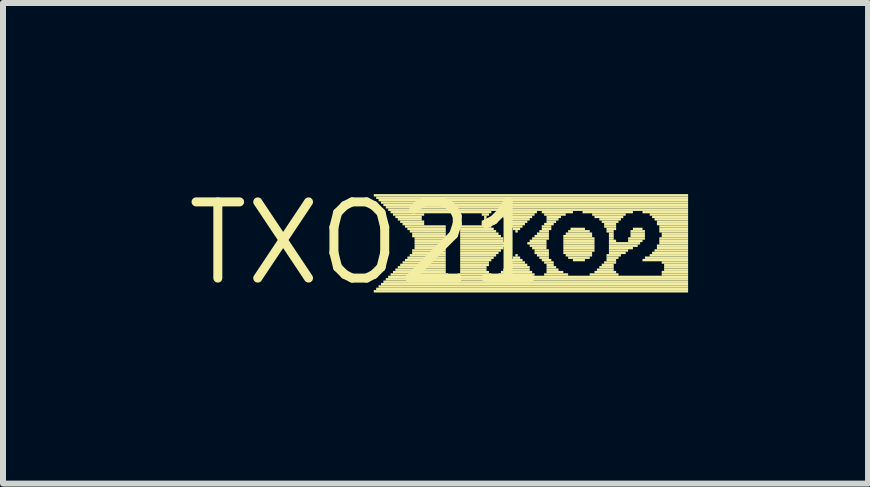
<source format=kicad_pcb>
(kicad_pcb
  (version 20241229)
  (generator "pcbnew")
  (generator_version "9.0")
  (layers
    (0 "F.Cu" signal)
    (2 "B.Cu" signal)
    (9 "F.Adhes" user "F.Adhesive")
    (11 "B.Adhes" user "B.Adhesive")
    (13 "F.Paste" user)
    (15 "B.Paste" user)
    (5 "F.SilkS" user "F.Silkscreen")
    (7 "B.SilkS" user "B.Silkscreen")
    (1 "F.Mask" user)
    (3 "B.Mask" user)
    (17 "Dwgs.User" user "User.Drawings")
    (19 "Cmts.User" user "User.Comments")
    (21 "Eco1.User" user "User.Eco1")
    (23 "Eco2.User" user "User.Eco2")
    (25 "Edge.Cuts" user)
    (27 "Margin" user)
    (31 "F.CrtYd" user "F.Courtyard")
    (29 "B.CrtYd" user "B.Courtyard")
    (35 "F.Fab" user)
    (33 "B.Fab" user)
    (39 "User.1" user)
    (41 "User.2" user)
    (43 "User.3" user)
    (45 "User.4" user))
  (footprint "TXO21"
    (layer "F.Cu")
    (at 3.061 1.006)
    (property "Reference" "TXO21" (at 0 0 0) (layer "F.SilkS") (effects (font (size 1.27 1.27) (thickness 0.15))))
    (attr through_hole)
    (fp_poly (pts (xy 0.12 -0.78) (xy 5.36 -0.78) (xy 5.36 -0.82) (xy 0.12 -0.82)) (stroke (width 0) (type solid)) (fill yes) (layer "F.SilkS"))
    (fp_poly (pts (xy 0.12 0.82) (xy 5.36 0.82) (xy 5.36 0.78) (xy 0.12 0.78)) (stroke (width 0) (type solid)) (fill yes) (layer "F.SilkS"))
    (fp_poly (pts (xy 0.16 -0.74) (xy 5.36 -0.74) (xy 5.36 -0.78) (xy 0.16 -0.78)) (stroke (width 0) (type solid)) (fill yes) (layer "F.SilkS"))
    (fp_poly (pts (xy 0.16 0.78) (xy 5.36 0.78) (xy 5.36 0.74) (xy 0.16 0.74)) (stroke (width 0) (type solid)) (fill yes) (layer "F.SilkS"))
    (fp_poly (pts (xy 0.2 -0.7) (xy 5.36 -0.7) (xy 5.36 -0.74) (xy 0.2 -0.74)) (stroke (width 0) (type solid)) (fill yes) (layer "F.SilkS"))
    (fp_poly (pts (xy 0.2 0.74) (xy 5.36 0.74) (xy 5.36 0.7) (xy 0.2 0.7)) (stroke (width 0) (type solid)) (fill yes) (layer "F.SilkS"))
    (fp_poly (pts (xy 0.24 -0.66) (xy 5.36 -0.66) (xy 5.36 -0.7) (xy 0.24 -0.7)) (stroke (width 0) (type solid)) (fill yes) (layer "F.SilkS"))
    (fp_poly (pts (xy 0.24 0.7) (xy 5.36 0.7) (xy 5.36 0.66) (xy 0.24 0.66)) (stroke (width 0) (type solid)) (fill yes) (layer "F.SilkS"))
    (fp_poly (pts (xy 0.28 -0.62) (xy 5.36 -0.62) (xy 5.36 -0.66) (xy 0.28 -0.66)) (stroke (width 0) (type solid)) (fill yes) (layer "F.SilkS"))
    (fp_poly (pts (xy 0.28 0.66) (xy 5.36 0.66) (xy 5.36 0.62) (xy 0.28 0.62)) (stroke (width 0) (type solid)) (fill yes) (layer "F.SilkS"))
    (fp_poly (pts (xy 0.32 -0.58) (xy 5.36 -0.58) (xy 5.36 -0.62) (xy 0.32 -0.62)) (stroke (width 0) (type solid)) (fill yes) (layer "F.SilkS"))
    (fp_poly (pts (xy 0.32 0.62) (xy 5.36 0.62) (xy 5.36 0.58) (xy 0.32 0.58)) (stroke (width 0) (type solid)) (fill yes) (layer "F.SilkS"))
    (fp_poly (pts (xy 0.36 -0.54) (xy 5.36 -0.54) (xy 5.36 -0.58) (xy 0.36 -0.58)) (stroke (width 0) (type solid)) (fill yes) (layer "F.SilkS"))
    (fp_poly (pts (xy 0.36 0.58) (xy 5.36 0.58) (xy 5.36 0.54) (xy 0.36 0.54)) (stroke (width 0) (type solid)) (fill yes) (layer "F.SilkS"))
    (fp_poly (pts (xy 0.4 -0.5) (xy 2.08 -0.5) (xy 2.08 -0.54) (xy 0.4 -0.54)) (stroke (width 0) (type solid)) (fill yes) (layer "F.SilkS"))
    (fp_poly (pts (xy 0.4 0.54) (xy 1.36 0.54) (xy 1.36 0.5) (xy 0.4 0.5)) (stroke (width 0) (type solid)) (fill yes) (layer "F.SilkS"))
    (fp_poly (pts (xy 0.44 -0.46) (xy 0.96 -0.46) (xy 0.96 -0.5) (xy 0.44 -0.5)) (stroke (width 0) (type solid)) (fill yes) (layer "F.SilkS"))
    (fp_poly (pts (xy 0.44 0.5) (xy 1.32 0.5) (xy 1.32 0.46) (xy 0.44 0.46)) (stroke (width 0) (type solid)) (fill yes) (layer "F.SilkS"))
    (fp_poly (pts (xy 0.48 -0.42) (xy 0.92 -0.42) (xy 0.92 -0.46) (xy 0.48 -0.46)) (stroke (width 0) (type solid)) (fill yes) (layer "F.SilkS"))
    (fp_poly (pts (xy 0.48 0.46) (xy 1.32 0.46) (xy 1.32 0.42) (xy 0.48 0.42)) (stroke (width 0) (type solid)) (fill yes) (layer "F.SilkS"))
    (fp_poly (pts (xy 0.52 -0.38) (xy 0.92 -0.38) (xy 0.92 -0.42) (xy 0.52 -0.42)) (stroke (width 0) (type solid)) (fill yes) (layer "F.SilkS"))
    (fp_poly (pts (xy 0.52 0.42) (xy 1.32 0.42) (xy 1.32 0.38) (xy 0.52 0.38)) (stroke (width 0) (type solid)) (fill yes) (layer "F.SilkS"))
    (fp_poly (pts (xy 0.56 -0.34) (xy 0.96 -0.34) (xy 0.96 -0.38) (xy 0.56 -0.38)) (stroke (width 0) (type solid)) (fill yes) (layer "F.SilkS"))
    (fp_poly (pts (xy 0.56 0.38) (xy 1.32 0.38) (xy 1.32 0.34) (xy 0.56 0.34)) (stroke (width 0) (type solid)) (fill yes) (layer "F.SilkS"))
    (fp_poly (pts (xy 0.6 -0.3) (xy 0.96 -0.3) (xy 0.96 -0.34) (xy 0.6 -0.34)) (stroke (width 0) (type solid)) (fill yes) (layer "F.SilkS"))
    (fp_poly (pts (xy 0.6 0.34) (xy 1.32 0.34) (xy 1.32 0.3) (xy 0.6 0.3)) (stroke (width 0) (type solid)) (fill yes) (layer "F.SilkS"))
    (fp_poly (pts (xy 0.64 -0.26) (xy 1.32 -0.26) (xy 1.32 -0.3) (xy 0.64 -0.3)) (stroke (width 0) (type solid)) (fill yes) (layer "F.SilkS"))
    (fp_poly (pts (xy 0.64 0.3) (xy 1.32 0.3) (xy 1.32 0.26) (xy 0.64 0.26)) (stroke (width 0) (type solid)) (fill yes) (layer "F.SilkS"))
    (fp_poly (pts (xy 0.68 -0.22) (xy 1.32 -0.22) (xy 1.32 -0.26) (xy 0.68 -0.26)) (stroke (width 0) (type solid)) (fill yes) (layer "F.SilkS"))
    (fp_poly (pts (xy 0.68 0.26) (xy 1.32 0.26) (xy 1.32 0.22) (xy 0.68 0.22)) (stroke (width 0) (type solid)) (fill yes) (layer "F.SilkS"))
    (fp_poly (pts (xy 0.72 -0.18) (xy 1.32 -0.18) (xy 1.32 -0.22) (xy 0.72 -0.22)) (stroke (width 0) (type solid)) (fill yes) (layer "F.SilkS"))
    (fp_poly (pts (xy 0.72 0.22) (xy 1.32 0.22) (xy 1.32 0.18) (xy 0.72 0.18)) (stroke (width 0) (type solid)) (fill yes) (layer "F.SilkS"))
    (fp_poly (pts (xy 0.76 -0.14) (xy 1.32 -0.14) (xy 1.32 -0.18) (xy 0.76 -0.18)) (stroke (width 0) (type solid)) (fill yes) (layer "F.SilkS"))
    (fp_poly (pts (xy 0.76 -0.1) (xy 1.32 -0.1) (xy 1.32 -0.14) (xy 0.76 -0.14)) (stroke (width 0) (type solid)) (fill yes) (layer "F.SilkS"))
    (fp_poly (pts (xy 0.76 0.14) (xy 1.32 0.14) (xy 1.32 0.1) (xy 0.76 0.1)) (stroke (width 0) (type solid)) (fill yes) (layer "F.SilkS"))
    (fp_poly (pts (xy 0.76 0.18) (xy 1.32 0.18) (xy 1.32 0.14) (xy 0.76 0.14)) (stroke (width 0) (type solid)) (fill yes) (layer "F.SilkS"))
    (fp_poly (pts (xy 0.8 -0.06) (xy 1.32 -0.06) (xy 1.32 -0.1) (xy 0.8 -0.1)) (stroke (width 0) (type solid)) (fill yes) (layer "F.SilkS"))
    (fp_poly (pts (xy 0.8 -0.02) (xy 1.32 -0.02) (xy 1.32 -0.06) (xy 0.8 -0.06)) (stroke (width 0) (type solid)) (fill yes) (layer "F.SilkS"))
    (fp_poly (pts (xy 0.8 0.02) (xy 1.32 0.02) (xy 1.32 -0.02) (xy 0.8 -0.02)) (stroke (width 0) (type solid)) (fill yes) (layer "F.SilkS"))
    (fp_poly (pts (xy 0.8 0.06) (xy 1.32 0.06) (xy 1.32 0.02) (xy 0.8 0.02)) (stroke (width 0) (type solid)) (fill yes) (layer "F.SilkS"))
    (fp_poly (pts (xy 0.8 0.1) (xy 1.32 0.1) (xy 1.32 0.06) (xy 0.8 0.06)) (stroke (width 0) (type solid)) (fill yes) (layer "F.SilkS"))
    (fp_poly (pts (xy 1.52 0.54) (xy 2.08 0.54) (xy 2.08 0.5) (xy 1.52 0.5)) (stroke (width 0) (type solid)) (fill yes) (layer "F.SilkS"))
    (fp_poly (pts (xy 1.56 -0.26) (xy 2.08 -0.26) (xy 2.08 -0.3) (xy 1.56 -0.3)) (stroke (width 0) (type solid)) (fill yes) (layer "F.SilkS"))
    (fp_poly (pts (xy 1.56 -0.22) (xy 2.12 -0.22) (xy 2.12 -0.26) (xy 1.56 -0.26)) (stroke (width 0) (type solid)) (fill yes) (layer "F.SilkS"))
    (fp_poly (pts (xy 1.56 -0.18) (xy 2.16 -0.18) (xy 2.16 -0.22) (xy 1.56 -0.22)) (stroke (width 0) (type solid)) (fill yes) (layer "F.SilkS"))
    (fp_poly (pts (xy 1.56 -0.14) (xy 2.2 -0.14) (xy 2.2 -0.18) (xy 1.56 -0.18)) (stroke (width 0) (type solid)) (fill yes) (layer "F.SilkS"))
    (fp_poly (pts (xy 1.56 -0.1) (xy 2.24 -0.1) (xy 2.24 -0.14) (xy 1.56 -0.14)) (stroke (width 0) (type solid)) (fill yes) (layer "F.SilkS"))
    (fp_poly (pts (xy 1.56 -0.06) (xy 2.28 -0.06) (xy 2.28 -0.1) (xy 1.56 -0.1)) (stroke (width 0) (type solid)) (fill yes) (layer "F.SilkS"))
    (fp_poly (pts (xy 1.56 -0.02) (xy 2.28 -0.02) (xy 2.28 -0.06) (xy 1.56 -0.06)) (stroke (width 0) (type solid)) (fill yes) (layer "F.SilkS"))
    (fp_poly (pts (xy 1.56 0.02) (xy 2.32 0.02) (xy 2.32 -0.02) (xy 1.56 -0.02)) (stroke (width 0) (type solid)) (fill yes) (layer "F.SilkS"))
    (fp_poly (pts (xy 1.56 0.06) (xy 2.32 0.06) (xy 2.32 0.02) (xy 1.56 0.02)) (stroke (width 0) (type solid)) (fill yes) (layer "F.SilkS"))
    (fp_poly (pts (xy 1.56 0.1) (xy 2.28 0.1) (xy 2.28 0.06) (xy 1.56 0.06)) (stroke (width 0) (type solid)) (fill yes) (layer "F.SilkS"))
    (fp_poly (pts (xy 1.56 0.14) (xy 2.24 0.14) (xy 2.24 0.1) (xy 1.56 0.1)) (stroke (width 0) (type solid)) (fill yes) (layer "F.SilkS"))
    (fp_poly (pts (xy 1.56 0.18) (xy 2.2 0.18) (xy 2.2 0.14) (xy 1.56 0.14)) (stroke (width 0) (type solid)) (fill yes) (layer "F.SilkS"))
    (fp_poly (pts (xy 1.56 0.22) (xy 2.16 0.22) (xy 2.16 0.18) (xy 1.56 0.18)) (stroke (width 0) (type solid)) (fill yes) (layer "F.SilkS"))
    (fp_poly (pts (xy 1.56 0.26) (xy 2.12 0.26) (xy 2.12 0.22) (xy 1.56 0.22)) (stroke (width 0) (type solid)) (fill yes) (layer "F.SilkS"))
    (fp_poly (pts (xy 1.56 0.3) (xy 2.08 0.3) (xy 2.08 0.26) (xy 1.56 0.26)) (stroke (width 0) (type solid)) (fill yes) (layer "F.SilkS"))
    (fp_poly (pts (xy 1.56 0.34) (xy 2.04 0.34) (xy 2.04 0.3) (xy 1.56 0.3)) (stroke (width 0) (type solid)) (fill yes) (layer "F.SilkS"))
    (fp_poly (pts (xy 1.56 0.38) (xy 2.04 0.38) (xy 2.04 0.34) (xy 1.56 0.34)) (stroke (width 0) (type solid)) (fill yes) (layer "F.SilkS"))
    (fp_poly (pts (xy 1.56 0.42) (xy 2 0.42) (xy 2 0.38) (xy 1.56 0.38)) (stroke (width 0) (type solid)) (fill yes) (layer "F.SilkS"))
    (fp_poly (pts (xy 1.56 0.46) (xy 2 0.46) (xy 2 0.42) (xy 1.56 0.42)) (stroke (width 0) (type solid)) (fill yes) (layer "F.SilkS"))
    (fp_poly (pts (xy 1.56 0.5) (xy 2.04 0.5) (xy 2.04 0.46) (xy 1.56 0.46)) (stroke (width 0) (type solid)) (fill yes) (layer "F.SilkS"))
    (fp_poly (pts (xy 1.92 -0.46) (xy 2.04 -0.46) (xy 2.04 -0.5) (xy 1.92 -0.5)) (stroke (width 0) (type solid)) (fill yes) (layer "F.SilkS"))
    (fp_poly (pts (xy 1.92 -0.34) (xy 2 -0.34) (xy 2 -0.38) (xy 1.92 -0.38)) (stroke (width 0) (type solid)) (fill yes) (layer "F.SilkS"))
    (fp_poly (pts (xy 1.92 -0.3) (xy 2.04 -0.3) (xy 2.04 -0.34) (xy 1.92 -0.34)) (stroke (width 0) (type solid)) (fill yes) (layer "F.SilkS"))
    (fp_poly (pts (xy 1.96 -0.42) (xy 2 -0.42) (xy 2 -0.46) (xy 1.96 -0.46)) (stroke (width 0) (type solid)) (fill yes) (layer "F.SilkS"))
    (fp_poly (pts (xy 1.96 -0.38) (xy 2 -0.38) (xy 2 -0.42) (xy 1.96 -0.42)) (stroke (width 0) (type solid)) (fill yes) (layer "F.SilkS"))
    (fp_poly (pts (xy 2.2 -0.5) (xy 2.84 -0.5) (xy 2.84 -0.54) (xy 2.2 -0.54)) (stroke (width 0) (type solid)) (fill yes) (layer "F.SilkS"))
    (fp_poly (pts (xy 2.2 0.54) (xy 2.8 0.54) (xy 2.8 0.5) (xy 2.2 0.5)) (stroke (width 0) (type solid)) (fill yes) (layer "F.SilkS"))
    (fp_poly (pts (xy 2.24 -0.46) (xy 2.8 -0.46) (xy 2.8 -0.5) (xy 2.24 -0.5)) (stroke (width 0) (type solid)) (fill yes) (layer "F.SilkS"))
    (fp_poly (pts (xy 2.24 0.5) (xy 2.76 0.5) (xy 2.76 0.46) (xy 2.24 0.46)) (stroke (width 0) (type solid)) (fill yes) (layer "F.SilkS"))
    (fp_poly (pts (xy 2.28 -0.42) (xy 2.76 -0.42) (xy 2.76 -0.46) (xy 2.28 -0.46)) (stroke (width 0) (type solid)) (fill yes) (layer "F.SilkS"))
    (fp_poly (pts (xy 2.28 0.46) (xy 2.72 0.46) (xy 2.72 0.42) (xy 2.28 0.42)) (stroke (width 0) (type solid)) (fill yes) (layer "F.SilkS"))
    (fp_poly (pts (xy 2.32 -0.38) (xy 2.72 -0.38) (xy 2.72 -0.42) (xy 2.32 -0.42)) (stroke (width 0) (type solid)) (fill yes) (layer "F.SilkS"))
    (fp_poly (pts (xy 2.32 -0.34) (xy 2.68 -0.34) (xy 2.68 -0.38) (xy 2.32 -0.38)) (stroke (width 0) (type solid)) (fill yes) (layer "F.SilkS"))
    (fp_poly (pts (xy 2.32 0.42) (xy 2.72 0.42) (xy 2.72 0.38) (xy 2.32 0.38)) (stroke (width 0) (type solid)) (fill yes) (layer "F.SilkS"))
    (fp_poly (pts (xy 2.36 -0.3) (xy 2.64 -0.3) (xy 2.64 -0.34) (xy 2.36 -0.34)) (stroke (width 0) (type solid)) (fill yes) (layer "F.SilkS"))
    (fp_poly (pts (xy 2.36 0.38) (xy 2.68 0.38) (xy 2.68 0.34) (xy 2.36 0.34)) (stroke (width 0) (type solid)) (fill yes) (layer "F.SilkS"))
    (fp_poly (pts (xy 2.4 -0.26) (xy 2.6 -0.26) (xy 2.6 -0.3) (xy 2.4 -0.3)) (stroke (width 0) (type solid)) (fill yes) (layer "F.SilkS"))
    (fp_poly (pts (xy 2.4 0.3) (xy 2.6 0.3) (xy 2.6 0.26) (xy 2.4 0.26)) (stroke (width 0) (type solid)) (fill yes) (layer "F.SilkS"))
    (fp_poly (pts (xy 2.4 0.34) (xy 2.64 0.34) (xy 2.64 0.3) (xy 2.4 0.3)) (stroke (width 0) (type solid)) (fill yes) (layer "F.SilkS"))
    (fp_poly (pts (xy 2.44 -0.22) (xy 2.56 -0.22) (xy 2.56 -0.26) (xy 2.44 -0.26)) (stroke (width 0) (type solid)) (fill yes) (layer "F.SilkS"))
    (fp_poly (pts (xy 2.44 0.26) (xy 2.56 0.26) (xy 2.56 0.22) (xy 2.44 0.22)) (stroke (width 0) (type solid)) (fill yes) (layer "F.SilkS"))
    (fp_poly (pts (xy 2.48 -0.18) (xy 2.52 -0.18) (xy 2.52 -0.22) (xy 2.48 -0.22)) (stroke (width 0) (type solid)) (fill yes) (layer "F.SilkS"))
    (fp_poly (pts (xy 2.48 0.22) (xy 2.52 0.22) (xy 2.52 0.18) (xy 2.48 0.18)) (stroke (width 0) (type solid)) (fill yes) (layer "F.SilkS"))
    (fp_poly (pts (xy 2.68 0.02) (xy 3 0.02) (xy 3 -0.02) (xy 2.68 -0.02)) (stroke (width 0) (type solid)) (fill yes) (layer "F.SilkS"))
    (fp_poly (pts (xy 2.72 -0.02) (xy 3 -0.02) (xy 3 -0.06) (xy 2.72 -0.06)) (stroke (width 0) (type solid)) (fill yes) (layer "F.SilkS"))
    (fp_poly (pts (xy 2.72 0.06) (xy 3 0.06) (xy 3 0.02) (xy 2.72 0.02)) (stroke (width 0) (type solid)) (fill yes) (layer "F.SilkS"))
    (fp_poly (pts (xy 2.76 -0.06) (xy 3.04 -0.06) (xy 3.04 -0.1) (xy 2.76 -0.1)) (stroke (width 0) (type solid)) (fill yes) (layer "F.SilkS"))
    (fp_poly (pts (xy 2.76 0.1) (xy 3 0.1) (xy 3 0.06) (xy 2.76 0.06)) (stroke (width 0) (type solid)) (fill yes) (layer "F.SilkS"))
    (fp_poly (pts (xy 2.8 -0.1) (xy 3.04 -0.1) (xy 3.04 -0.14) (xy 2.8 -0.14)) (stroke (width 0) (type solid)) (fill yes) (layer "F.SilkS"))
    (fp_poly (pts (xy 2.8 0.14) (xy 3.04 0.14) (xy 3.04 0.1) (xy 2.8 0.1)) (stroke (width 0) (type solid)) (fill yes) (layer "F.SilkS"))
    (fp_poly (pts (xy 2.8 0.18) (xy 3.04 0.18) (xy 3.04 0.14) (xy 2.8 0.14)) (stroke (width 0) (type solid)) (fill yes) (layer "F.SilkS"))
    (fp_poly (pts (xy 2.84 -0.14) (xy 3.04 -0.14) (xy 3.04 -0.18) (xy 2.84 -0.18)) (stroke (width 0) (type solid)) (fill yes) (layer "F.SilkS"))
    (fp_poly (pts (xy 2.84 0.22) (xy 3.04 0.22) (xy 3.04 0.18) (xy 2.84 0.18)) (stroke (width 0) (type solid)) (fill yes) (layer "F.SilkS"))
    (fp_poly (pts (xy 2.88 -0.18) (xy 3.04 -0.18) (xy 3.04 -0.22) (xy 2.88 -0.22)) (stroke (width 0) (type solid)) (fill yes) (layer "F.SilkS"))
    (fp_poly (pts (xy 2.88 0.26) (xy 3.04 0.26) (xy 3.04 0.22) (xy 2.88 0.22)) (stroke (width 0) (type solid)) (fill yes) (layer "F.SilkS"))
    (fp_poly (pts (xy 2.92 -0.5) (xy 3.44 -0.5) (xy 3.44 -0.54) (xy 2.92 -0.54)) (stroke (width 0) (type solid)) (fill yes) (layer "F.SilkS"))
    (fp_poly (pts (xy 2.92 -0.26) (xy 3.08 -0.26) (xy 3.08 -0.3) (xy 2.92 -0.3)) (stroke (width 0) (type solid)) (fill yes) (layer "F.SilkS"))
    (fp_poly (pts (xy 2.92 -0.22) (xy 3.08 -0.22) (xy 3.08 -0.26) (xy 2.92 -0.26)) (stroke (width 0) (type solid)) (fill yes) (layer "F.SilkS"))
    (fp_poly (pts (xy 2.92 0.3) (xy 3.08 0.3) (xy 3.08 0.26) (xy 2.92 0.26)) (stroke (width 0) (type solid)) (fill yes) (layer "F.SilkS"))
    (fp_poly (pts (xy 2.96 -0.46) (xy 3.32 -0.46) (xy 3.32 -0.5) (xy 2.96 -0.5)) (stroke (width 0) (type solid)) (fill yes) (layer "F.SilkS"))
    (fp_poly (pts (xy 2.96 -0.3) (xy 3.12 -0.3) (xy 3.12 -0.34) (xy 2.96 -0.34)) (stroke (width 0) (type solid)) (fill yes) (layer "F.SilkS"))
    (fp_poly (pts (xy 2.96 0.34) (xy 3.12 0.34) (xy 3.12 0.3) (xy 2.96 0.3)) (stroke (width 0) (type solid)) (fill yes) (layer "F.SilkS"))
    (fp_poly (pts (xy 2.96 0.54) (xy 3.36 0.54) (xy 3.36 0.5) (xy 2.96 0.5)) (stroke (width 0) (type solid)) (fill yes) (layer "F.SilkS"))
    (fp_poly (pts (xy 3 -0.42) (xy 3.24 -0.42) (xy 3.24 -0.46) (xy 3 -0.46)) (stroke (width 0) (type solid)) (fill yes) (layer "F.SilkS"))
    (fp_poly (pts (xy 3 -0.38) (xy 3.2 -0.38) (xy 3.2 -0.42) (xy 3 -0.42)) (stroke (width 0) (type solid)) (fill yes) (layer "F.SilkS"))
    (fp_poly (pts (xy 3 -0.34) (xy 3.16 -0.34) (xy 3.16 -0.38) (xy 3 -0.38)) (stroke (width 0) (type solid)) (fill yes) (layer "F.SilkS"))
    (fp_poly (pts (xy 3 0.38) (xy 3.12 0.38) (xy 3.12 0.34) (xy 3 0.34)) (stroke (width 0) (type solid)) (fill yes) (layer "F.SilkS"))
    (fp_poly (pts (xy 3 0.42) (xy 3.16 0.42) (xy 3.16 0.38) (xy 3 0.38)) (stroke (width 0) (type solid)) (fill yes) (layer "F.SilkS"))
    (fp_poly (pts (xy 3 0.46) (xy 3.2 0.46) (xy 3.2 0.42) (xy 3 0.42)) (stroke (width 0) (type solid)) (fill yes) (layer "F.SilkS"))
    (fp_poly (pts (xy 3 0.5) (xy 3.28 0.5) (xy 3.28 0.46) (xy 3 0.46)) (stroke (width 0) (type solid)) (fill yes) (layer "F.SilkS"))
    (fp_poly (pts (xy 3.28 -0.1) (xy 3.76 -0.1) (xy 3.76 -0.14) (xy 3.28 -0.14)) (stroke (width 0) (type solid)) (fill yes) (layer "F.SilkS"))
    (fp_poly (pts (xy 3.28 -0.06) (xy 3.8 -0.06) (xy 3.8 -0.1) (xy 3.28 -0.1)) (stroke (width 0) (type solid)) (fill yes) (layer "F.SilkS"))
    (fp_poly (pts (xy 3.28 -0.02) (xy 3.8 -0.02) (xy 3.8 -0.06) (xy 3.28 -0.06)) (stroke (width 0) (type solid)) (fill yes) (layer "F.SilkS"))
    (fp_poly (pts (xy 3.28 0.02) (xy 3.8 0.02) (xy 3.8 -0.02) (xy 3.28 -0.02)) (stroke (width 0) (type solid)) (fill yes) (layer "F.SilkS"))
    (fp_poly (pts (xy 3.28 0.06) (xy 3.8 0.06) (xy 3.8 0.02) (xy 3.28 0.02)) (stroke (width 0) (type solid)) (fill yes) (layer "F.SilkS"))
    (fp_poly (pts (xy 3.28 0.1) (xy 3.8 0.1) (xy 3.8 0.06) (xy 3.28 0.06)) (stroke (width 0) (type solid)) (fill yes) (layer "F.SilkS"))
    (fp_poly (pts (xy 3.28 0.14) (xy 3.8 0.14) (xy 3.8 0.1) (xy 3.28 0.1)) (stroke (width 0) (type solid)) (fill yes) (layer "F.SilkS"))
    (fp_poly (pts (xy 3.28 0.18) (xy 3.76 0.18) (xy 3.76 0.14) (xy 3.28 0.14)) (stroke (width 0) (type solid)) (fill yes) (layer "F.SilkS"))
    (fp_poly (pts (xy 3.32 -0.14) (xy 3.76 -0.14) (xy 3.76 -0.18) (xy 3.32 -0.18)) (stroke (width 0) (type solid)) (fill yes) (layer "F.SilkS"))
    (fp_poly (pts (xy 3.32 0.22) (xy 3.76 0.22) (xy 3.76 0.18) (xy 3.32 0.18)) (stroke (width 0) (type solid)) (fill yes) (layer "F.SilkS"))
    (fp_poly (pts (xy 3.36 -0.18) (xy 3.72 -0.18) (xy 3.72 -0.22) (xy 3.36 -0.22)) (stroke (width 0) (type solid)) (fill yes) (layer "F.SilkS"))
    (fp_poly (pts (xy 3.36 0.26) (xy 3.72 0.26) (xy 3.72 0.22) (xy 3.36 0.22)) (stroke (width 0) (type solid)) (fill yes) (layer "F.SilkS"))
    (fp_poly (pts (xy 3.4 -0.22) (xy 3.64 -0.22) (xy 3.64 -0.26) (xy 3.4 -0.26)) (stroke (width 0) (type solid)) (fill yes) (layer "F.SilkS"))
    (fp_poly (pts (xy 3.44 0.3) (xy 3.64 0.3) (xy 3.64 0.26) (xy 3.44 0.26)) (stroke (width 0) (type solid)) (fill yes) (layer "F.SilkS"))
    (fp_poly (pts (xy 3.6 -0.5) (xy 4.44 -0.5) (xy 4.44 -0.54) (xy 3.6 -0.54)) (stroke (width 0) (type solid)) (fill yes) (layer "F.SilkS"))
    (fp_poly (pts (xy 3.72 0.54) (xy 4.2 0.54) (xy 4.2 0.5) (xy 3.72 0.5)) (stroke (width 0) (type solid)) (fill yes) (layer "F.SilkS"))
    (fp_poly (pts (xy 3.76 -0.46) (xy 4.32 -0.46) (xy 4.32 -0.5) (xy 3.76 -0.5)) (stroke (width 0) (type solid)) (fill yes) (layer "F.SilkS"))
    (fp_poly (pts (xy 3.8 -0.42) (xy 4.28 -0.42) (xy 4.28 -0.46) (xy 3.8 -0.46)) (stroke (width 0) (type solid)) (fill yes) (layer "F.SilkS"))
    (fp_poly (pts (xy 3.8 0.5) (xy 4.16 0.5) (xy 4.16 0.46) (xy 3.8 0.46)) (stroke (width 0) (type solid)) (fill yes) (layer "F.SilkS"))
    (fp_poly (pts (xy 3.84 0.46) (xy 4.12 0.46) (xy 4.12 0.42) (xy 3.84 0.42)) (stroke (width 0) (type solid)) (fill yes) (layer "F.SilkS"))
    (fp_poly (pts (xy 3.88 -0.38) (xy 4.24 -0.38) (xy 4.24 -0.42) (xy 3.88 -0.42)) (stroke (width 0) (type solid)) (fill yes) (layer "F.SilkS"))
    (fp_poly (pts (xy 3.88 0.42) (xy 4.12 0.42) (xy 4.12 0.38) (xy 3.88 0.38)) (stroke (width 0) (type solid)) (fill yes) (layer "F.SilkS"))
    (fp_poly (pts (xy 3.92 -0.34) (xy 4.2 -0.34) (xy 4.2 -0.38) (xy 3.92 -0.38)) (stroke (width 0) (type solid)) (fill yes) (layer "F.SilkS"))
    (fp_poly (pts (xy 3.92 0.38) (xy 4.12 0.38) (xy 4.12 0.34) (xy 3.92 0.34)) (stroke (width 0) (type solid)) (fill yes) (layer "F.SilkS"))
    (fp_poly (pts (xy 3.96 -0.3) (xy 4.16 -0.3) (xy 4.16 -0.34) (xy 3.96 -0.34)) (stroke (width 0) (type solid)) (fill yes) (layer "F.SilkS"))
    (fp_poly (pts (xy 3.96 -0.26) (xy 4.16 -0.26) (xy 4.16 -0.3) (xy 3.96 -0.3)) (stroke (width 0) (type solid)) (fill yes) (layer "F.SilkS"))
    (fp_poly (pts (xy 3.96 0.34) (xy 4.16 0.34) (xy 4.16 0.3) (xy 3.96 0.3)) (stroke (width 0) (type solid)) (fill yes) (layer "F.SilkS"))
    (fp_poly (pts (xy 4 -0.22) (xy 4.16 -0.22) (xy 4.16 -0.26) (xy 4 -0.26)) (stroke (width 0) (type solid)) (fill yes) (layer "F.SilkS"))
    (fp_poly (pts (xy 4 -0.18) (xy 4.12 -0.18) (xy 4.12 -0.22) (xy 4 -0.22)) (stroke (width 0) (type solid)) (fill yes) (layer "F.SilkS"))
    (fp_poly (pts (xy 4 0.22) (xy 4.24 0.22) (xy 4.24 0.18) (xy 4 0.18)) (stroke (width 0) (type solid)) (fill yes) (layer "F.SilkS"))
    (fp_poly (pts (xy 4 0.26) (xy 4.2 0.26) (xy 4.2 0.22) (xy 4 0.22)) (stroke (width 0) (type solid)) (fill yes) (layer "F.SilkS"))
    (fp_poly (pts (xy 4 0.3) (xy 4.16 0.3) (xy 4.16 0.26) (xy 4 0.26)) (stroke (width 0) (type solid)) (fill yes) (layer "F.SilkS"))
    (fp_poly (pts (xy 4.04 -0.14) (xy 4.12 -0.14) (xy 4.12 -0.18) (xy 4.04 -0.18)) (stroke (width 0) (type solid)) (fill yes) (layer "F.SilkS"))
    (fp_poly (pts (xy 4.04 -0.1) (xy 4.12 -0.1) (xy 4.12 -0.14) (xy 4.04 -0.14)) (stroke (width 0) (type solid)) (fill yes) (layer "F.SilkS"))
    (fp_poly (pts (xy 4.04 -0.06) (xy 4.12 -0.06) (xy 4.12 -0.1) (xy 4.04 -0.1)) (stroke (width 0) (type solid)) (fill yes) (layer "F.SilkS"))
    (fp_poly (pts (xy 4.04 -0.02) (xy 4.16 -0.02) (xy 4.16 -0.06) (xy 4.04 -0.06)) (stroke (width 0) (type solid)) (fill yes) (layer "F.SilkS"))
    (fp_poly (pts (xy 4.04 0.02) (xy 4.56 0.02) (xy 4.56 -0.02) (xy 4.04 -0.02)) (stroke (width 0) (type solid)) (fill yes) (layer "F.SilkS"))
    (fp_poly (pts (xy 4.04 0.06) (xy 4.52 0.06) (xy 4.52 0.02) (xy 4.04 0.02)) (stroke (width 0) (type solid)) (fill yes) (layer "F.SilkS"))
    (fp_poly (pts (xy 4.04 0.1) (xy 4.44 0.1) (xy 4.44 0.06) (xy 4.04 0.06)) (stroke (width 0) (type solid)) (fill yes) (layer "F.SilkS"))
    (fp_poly (pts (xy 4.04 0.14) (xy 4.36 0.14) (xy 4.36 0.1) (xy 4.04 0.1)) (stroke (width 0) (type solid)) (fill yes) (layer "F.SilkS"))
    (fp_poly (pts (xy 4.04 0.18) (xy 4.32 0.18) (xy 4.32 0.14) (xy 4.04 0.14)) (stroke (width 0) (type solid)) (fill yes) (layer "F.SilkS"))
    (fp_poly (pts (xy 4.36 -0.06) (xy 4.64 -0.06) (xy 4.64 -0.1) (xy 4.36 -0.1)) (stroke (width 0) (type solid)) (fill yes) (layer "F.SilkS"))
    (fp_poly (pts (xy 4.36 -0.02) (xy 4.6 -0.02) (xy 4.6 -0.06) (xy 4.36 -0.06)) (stroke (width 0) (type solid)) (fill yes) (layer "F.SilkS"))
    (fp_poly (pts (xy 4.4 -0.18) (xy 4.64 -0.18) (xy 4.64 -0.22) (xy 4.4 -0.22)) (stroke (width 0) (type solid)) (fill yes) (layer "F.SilkS"))
    (fp_poly (pts (xy 4.4 -0.14) (xy 4.64 -0.14) (xy 4.64 -0.18) (xy 4.4 -0.18)) (stroke (width 0) (type solid)) (fill yes) (layer "F.SilkS"))
    (fp_poly (pts (xy 4.4 -0.1) (xy 4.64 -0.1) (xy 4.64 -0.14) (xy 4.4 -0.14)) (stroke (width 0) (type solid)) (fill yes) (layer "F.SilkS"))
    (fp_poly (pts (xy 4.44 -0.22) (xy 4.6 -0.22) (xy 4.6 -0.26) (xy 4.44 -0.26)) (stroke (width 0) (type solid)) (fill yes) (layer "F.SilkS"))
    (fp_poly (pts (xy 4.6 -0.5) (xy 5.36 -0.5) (xy 5.36 -0.54) (xy 4.6 -0.54)) (stroke (width 0) (type solid)) (fill yes) (layer "F.SilkS"))
    (fp_poly (pts (xy 4.6 0.3) (xy 5.36 0.3) (xy 5.36 0.26) (xy 4.6 0.26)) (stroke (width 0) (type solid)) (fill yes) (layer "F.SilkS"))
    (fp_poly (pts (xy 4.64 0.26) (xy 5.36 0.26) (xy 5.36 0.22) (xy 4.64 0.22)) (stroke (width 0) (type solid)) (fill yes) (layer "F.SilkS"))
    (fp_poly (pts (xy 4.72 -0.46) (xy 5.36 -0.46) (xy 5.36 -0.5) (xy 4.72 -0.5)) (stroke (width 0) (type solid)) (fill yes) (layer "F.SilkS"))
    (fp_poly (pts (xy 4.72 0.22) (xy 5.36 0.22) (xy 5.36 0.18) (xy 4.72 0.18)) (stroke (width 0) (type solid)) (fill yes) (layer "F.SilkS"))
    (fp_poly (pts (xy 4.76 -0.42) (xy 5.36 -0.42) (xy 5.36 -0.46) (xy 4.76 -0.46)) (stroke (width 0) (type solid)) (fill yes) (layer "F.SilkS"))
    (fp_poly (pts (xy 4.76 0.18) (xy 5.36 0.18) (xy 5.36 0.14) (xy 4.76 0.14)) (stroke (width 0) (type solid)) (fill yes) (layer "F.SilkS"))
    (fp_poly (pts (xy 4.8 -0.38) (xy 5.36 -0.38) (xy 5.36 -0.42) (xy 4.8 -0.42)) (stroke (width 0) (type solid)) (fill yes) (layer "F.SilkS"))
    (fp_poly (pts (xy 4.8 0.14) (xy 5.36 0.14) (xy 5.36 0.1) (xy 4.8 0.1)) (stroke (width 0) (type solid)) (fill yes) (layer "F.SilkS"))
    (fp_poly (pts (xy 4.84 -0.34) (xy 5.36 -0.34) (xy 5.36 -0.38) (xy 4.84 -0.38)) (stroke (width 0) (type solid)) (fill yes) (layer "F.SilkS"))
    (fp_poly (pts (xy 4.84 -0.3) (xy 5.36 -0.3) (xy 5.36 -0.34) (xy 4.84 -0.34)) (stroke (width 0) (type solid)) (fill yes) (layer "F.SilkS"))
    (fp_poly (pts (xy 4.84 0.06) (xy 5.36 0.06) (xy 5.36 0.02) (xy 4.84 0.02)) (stroke (width 0) (type solid)) (fill yes) (layer "F.SilkS"))
    (fp_poly (pts (xy 4.84 0.1) (xy 5.36 0.1) (xy 5.36 0.06) (xy 4.84 0.06)) (stroke (width 0) (type solid)) (fill yes) (layer "F.SilkS"))
    (fp_poly (pts (xy 4.88 -0.26) (xy 5.36 -0.26) (xy 5.36 -0.3) (xy 4.88 -0.3)) (stroke (width 0) (type solid)) (fill yes) (layer "F.SilkS"))
    (fp_poly (pts (xy 4.88 -0.22) (xy 5.36 -0.22) (xy 5.36 -0.26) (xy 4.88 -0.26)) (stroke (width 0) (type solid)) (fill yes) (layer "F.SilkS"))
    (fp_poly (pts (xy 4.88 -0.18) (xy 5.36 -0.18) (xy 5.36 -0.22) (xy 4.88 -0.22)) (stroke (width 0) (type solid)) (fill yes) (layer "F.SilkS"))
    (fp_poly (pts (xy 4.88 -0.06) (xy 5.36 -0.06) (xy 5.36 -0.1) (xy 4.88 -0.1)) (stroke (width 0) (type solid)) (fill yes) (layer "F.SilkS"))
    (fp_poly (pts (xy 4.88 -0.02) (xy 5.36 -0.02) (xy 5.36 -0.06) (xy 4.88 -0.06)) (stroke (width 0) (type solid)) (fill yes) (layer "F.SilkS"))
    (fp_poly (pts (xy 4.88 0.02) (xy 5.36 0.02) (xy 5.36 -0.02) (xy 4.88 -0.02)) (stroke (width 0) (type solid)) (fill yes) (layer "F.SilkS"))
    (fp_poly (pts (xy 4.92 -0.14) (xy 5.36 -0.14) (xy 5.36 -0.18) (xy 4.92 -0.18)) (stroke (width 0) (type solid)) (fill yes) (layer "F.SilkS"))
    (fp_poly (pts (xy 4.92 -0.1) (xy 5.36 -0.1) (xy 5.36 -0.14) (xy 4.92 -0.14)) (stroke (width 0) (type solid)) (fill yes) (layer "F.SilkS"))
    (fp_poly (pts (xy 4.92 0.34) (xy 5.36 0.34) (xy 5.36 0.3) (xy 4.92 0.3)) (stroke (width 0) (type solid)) (fill yes) (layer "F.SilkS"))
    (fp_poly (pts (xy 4.92 0.5) (xy 5.36 0.5) (xy 5.36 0.46) (xy 4.92 0.46)) (stroke (width 0) (type solid)) (fill yes) (layer "F.SilkS"))
    (fp_poly (pts (xy 4.92 0.54) (xy 5.36 0.54) (xy 5.36 0.5) (xy 4.92 0.5)) (stroke (width 0) (type solid)) (fill yes) (layer "F.SilkS"))
    (fp_poly (pts (xy 4.96 0.38) (xy 5.36 0.38) (xy 5.36 0.34) (xy 4.96 0.34)) (stroke (width 0) (type solid)) (fill yes) (layer "F.SilkS"))
    (fp_poly (pts (xy 4.96 0.42) (xy 5.36 0.42) (xy 5.36 0.38) (xy 4.96 0.38)) (stroke (width 0) (type solid)) (fill yes) (layer "F.SilkS"))
    (fp_poly (pts (xy 4.96 0.46) (xy 5.36 0.46) (xy 5.36 0.42) (xy 4.96 0.42)) (stroke (width 0) (type solid)) (fill yes) (layer "F.SilkS")))
  (gr_rect
    (start -3 -3)
    (end 11.421 5.012)
    (stroke (width 0.1) (type default))
    (fill no)
    (layer "Edge.Cuts")))
</source>
